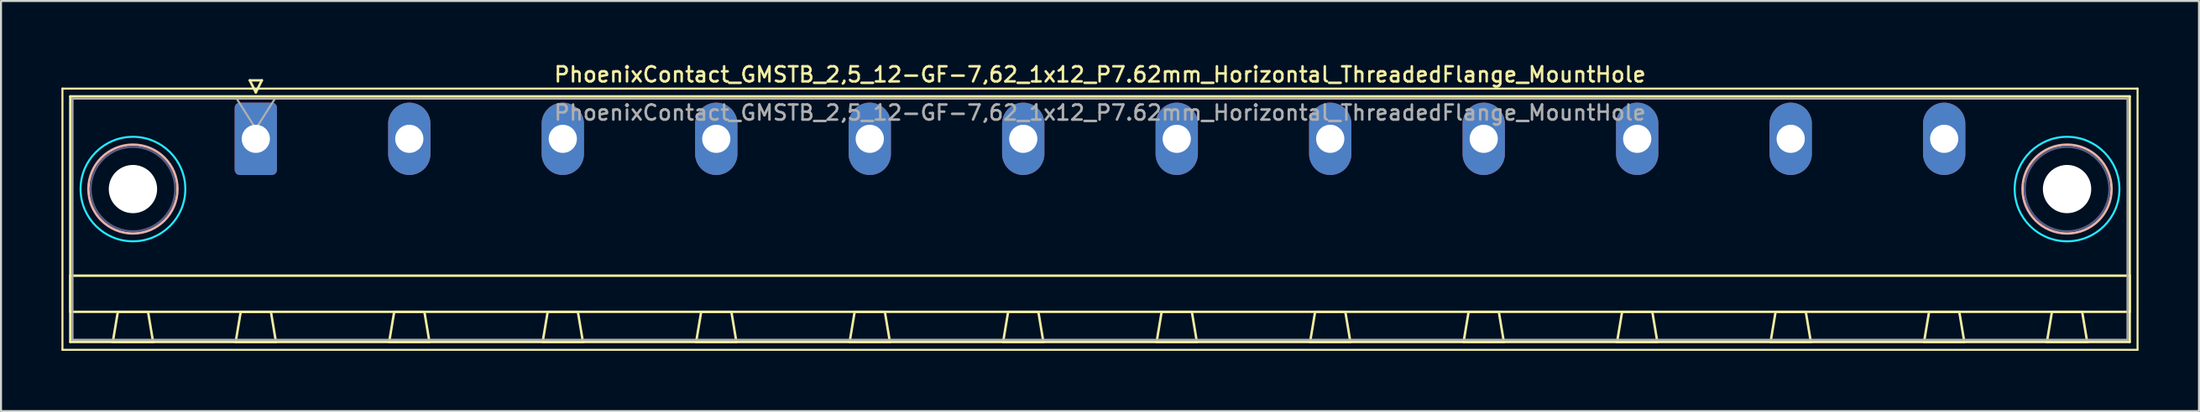
<source format=kicad_pcb>
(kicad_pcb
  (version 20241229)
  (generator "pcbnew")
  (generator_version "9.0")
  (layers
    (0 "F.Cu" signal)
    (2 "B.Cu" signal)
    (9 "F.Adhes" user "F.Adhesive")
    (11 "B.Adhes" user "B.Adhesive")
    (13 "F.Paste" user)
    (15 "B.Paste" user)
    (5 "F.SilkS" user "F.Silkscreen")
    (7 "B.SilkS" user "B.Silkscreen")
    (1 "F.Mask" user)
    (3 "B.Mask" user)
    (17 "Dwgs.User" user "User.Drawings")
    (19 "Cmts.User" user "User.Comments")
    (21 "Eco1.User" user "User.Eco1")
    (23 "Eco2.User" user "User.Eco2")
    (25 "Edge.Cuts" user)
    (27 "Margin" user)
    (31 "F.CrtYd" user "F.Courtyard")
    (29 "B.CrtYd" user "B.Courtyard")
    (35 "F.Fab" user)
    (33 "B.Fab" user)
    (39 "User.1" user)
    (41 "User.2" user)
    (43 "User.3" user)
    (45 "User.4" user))
  (footprint "PhoenixContact_GMSTB_2,5_12-GF-7,62_1x12_P7.62mm_Horizontal_ThreadedFlange_MountHole"
    (layer "F.Cu")
    (at 9.65 3.858)
    (property "Reference" "PhoenixContact_GMSTB_2,5_12-GF-7,62_1x12_P7.62mm_Horizontal_ThreadedFlange_MountHole" (at 41.91 -3.2 0) (layer "F.SilkS") (effects (font (size 0.75 0.75) (thickness 0.125))))
    (attr through_hole)
    (fp_line (start -9.6 -2.5) (end -9.6 10.5) (stroke (width 0.1) (type solid)) (layer "F.SilkS"))
    (fp_line (start -9.6 10.5) (end 93.42 10.5) (stroke (width 0.1) (type solid)) (layer "F.SilkS"))
    (fp_line (start -9.21 -2.11) (end -9.21 10.11) (stroke (width 0.12) (type solid)) (layer "F.SilkS"))
    (fp_line (start -9.21 6.81) (end 93.03 6.81) (stroke (width 0.12) (type solid)) (layer "F.SilkS"))
    (fp_line (start -9.21 8.61) (end -9.21 6.81) (stroke (width 0.12) (type solid)) (layer "F.SilkS"))
    (fp_line (start -9.21 10.11) (end 93.03 10.11) (stroke (width 0.12) (type solid)) (layer "F.SilkS"))
    (fp_line (start -7.1 10.11) (end -5.1 10.11) (stroke (width 0.12) (type solid)) (layer "F.SilkS"))
    (fp_line (start -6.85 8.61) (end -7.1 10.11) (stroke (width 0.12) (type solid)) (layer "F.SilkS"))
    (fp_line (start -5.35 8.61) (end -6.85 8.61) (stroke (width 0.12) (type solid)) (layer "F.SilkS"))
    (fp_line (start -5.1 10.11) (end -5.35 8.61) (stroke (width 0.12) (type solid)) (layer "F.SilkS"))
    (fp_line (start -1 10.11) (end 1 10.11) (stroke (width 0.12) (type solid)) (layer "F.SilkS"))
    (fp_line (start -0.75 8.61) (end -1 10.11) (stroke (width 0.12) (type solid)) (layer "F.SilkS"))
    (fp_line (start -0.3 -2.91) (end 0.3 -2.91) (stroke (width 0.12) (type solid)) (layer "F.SilkS"))
    (fp_line (start 0 -2.31) (end -0.3 -2.91) (stroke (width 0.12) (type solid)) (layer "F.SilkS"))
    (fp_line (start 0.3 -2.91) (end 0 -2.31) (stroke (width 0.12) (type solid)) (layer "F.SilkS"))
    (fp_line (start 0.75 8.61) (end -0.75 8.61) (stroke (width 0.12) (type solid)) (layer "F.SilkS"))
    (fp_line (start 1 10.11) (end 0.75 8.61) (stroke (width 0.12) (type solid)) (layer "F.SilkS"))
    (fp_line (start 6.62 10.11) (end 8.62 10.11) (stroke (width 0.12) (type solid)) (layer "F.SilkS"))
    (fp_line (start 6.87 8.61) (end 6.62 10.11) (stroke (width 0.12) (type solid)) (layer "F.SilkS"))
    (fp_line (start 8.37 8.61) (end 6.87 8.61) (stroke (width 0.12) (type solid)) (layer "F.SilkS"))
    (fp_line (start 8.62 10.11) (end 8.37 8.61) (stroke (width 0.12) (type solid)) (layer "F.SilkS"))
    (fp_line (start 14.24 10.11) (end 16.24 10.11) (stroke (width 0.12) (type solid)) (layer "F.SilkS"))
    (fp_line (start 14.49 8.61) (end 14.24 10.11) (stroke (width 0.12) (type solid)) (layer "F.SilkS"))
    (fp_line (start 15.99 8.61) (end 14.49 8.61) (stroke (width 0.12) (type solid)) (layer "F.SilkS"))
    (fp_line (start 16.24 10.11) (end 15.99 8.61) (stroke (width 0.12) (type solid)) (layer "F.SilkS"))
    (fp_line (start 21.86 10.11) (end 23.86 10.11) (stroke (width 0.12) (type solid)) (layer "F.SilkS"))
    (fp_line (start 22.11 8.61) (end 21.86 10.11) (stroke (width 0.12) (type solid)) (layer "F.SilkS"))
    (fp_line (start 23.61 8.61) (end 22.11 8.61) (stroke (width 0.12) (type solid)) (layer "F.SilkS"))
    (fp_line (start 23.86 10.11) (end 23.61 8.61) (stroke (width 0.12) (type solid)) (layer "F.SilkS"))
    (fp_line (start 29.48 10.11) (end 31.48 10.11) (stroke (width 0.12) (type solid)) (layer "F.SilkS"))
    (fp_line (start 29.73 8.61) (end 29.48 10.11) (stroke (width 0.12) (type solid)) (layer "F.SilkS"))
    (fp_line (start 31.23 8.61) (end 29.73 8.61) (stroke (width 0.12) (type solid)) (layer "F.SilkS"))
    (fp_line (start 31.48 10.11) (end 31.23 8.61) (stroke (width 0.12) (type solid)) (layer "F.SilkS"))
    (fp_line (start 37.1 10.11) (end 39.1 10.11) (stroke (width 0.12) (type solid)) (layer "F.SilkS"))
    (fp_line (start 37.35 8.61) (end 37.1 10.11) (stroke (width 0.12) (type solid)) (layer "F.SilkS"))
    (fp_line (start 38.85 8.61) (end 37.35 8.61) (stroke (width 0.12) (type solid)) (layer "F.SilkS"))
    (fp_line (start 39.1 10.11) (end 38.85 8.61) (stroke (width 0.12) (type solid)) (layer "F.SilkS"))
    (fp_line (start 44.72 10.11) (end 46.72 10.11) (stroke (width 0.12) (type solid)) (layer "F.SilkS"))
    (fp_line (start 44.97 8.61) (end 44.72 10.11) (stroke (width 0.12) (type solid)) (layer "F.SilkS"))
    (fp_line (start 46.47 8.61) (end 44.97 8.61) (stroke (width 0.12) (type solid)) (layer "F.SilkS"))
    (fp_line (start 46.72 10.11) (end 46.47 8.61) (stroke (width 0.12) (type solid)) (layer "F.SilkS"))
    (fp_line (start 52.34 10.11) (end 54.34 10.11) (stroke (width 0.12) (type solid)) (layer "F.SilkS"))
    (fp_line (start 52.59 8.61) (end 52.34 10.11) (stroke (width 0.12) (type solid)) (layer "F.SilkS"))
    (fp_line (start 54.09 8.61) (end 52.59 8.61) (stroke (width 0.12) (type solid)) (layer "F.SilkS"))
    (fp_line (start 54.34 10.11) (end 54.09 8.61) (stroke (width 0.12) (type solid)) (layer "F.SilkS"))
    (fp_line (start 59.96 10.11) (end 61.96 10.11) (stroke (width 0.12) (type solid)) (layer "F.SilkS"))
    (fp_line (start 60.21 8.61) (end 59.96 10.11) (stroke (width 0.12) (type solid)) (layer "F.SilkS"))
    (fp_line (start 61.71 8.61) (end 60.21 8.61) (stroke (width 0.12) (type solid)) (layer "F.SilkS"))
    (fp_line (start 61.96 10.11) (end 61.71 8.61) (stroke (width 0.12) (type solid)) (layer "F.SilkS"))
    (fp_line (start 67.58 10.11) (end 69.58 10.11) (stroke (width 0.12) (type solid)) (layer "F.SilkS"))
    (fp_line (start 67.83 8.61) (end 67.58 10.11) (stroke (width 0.12) (type solid)) (layer "F.SilkS"))
    (fp_line (start 69.33 8.61) (end 67.83 8.61) (stroke (width 0.12) (type solid)) (layer "F.SilkS"))
    (fp_line (start 69.58 10.11) (end 69.33 8.61) (stroke (width 0.12) (type solid)) (layer "F.SilkS"))
    (fp_line (start 75.2 10.11) (end 77.2 10.11) (stroke (width 0.12) (type solid)) (layer "F.SilkS"))
    (fp_line (start 75.45 8.61) (end 75.2 10.11) (stroke (width 0.12) (type solid)) (layer "F.SilkS"))
    (fp_line (start 76.95 8.61) (end 75.45 8.61) (stroke (width 0.12) (type solid)) (layer "F.SilkS"))
    (fp_line (start 77.2 10.11) (end 76.95 8.61) (stroke (width 0.12) (type solid)) (layer "F.SilkS"))
    (fp_line (start 82.82 10.11) (end 84.82 10.11) (stroke (width 0.12) (type solid)) (layer "F.SilkS"))
    (fp_line (start 83.07 8.61) (end 82.82 10.11) (stroke (width 0.12) (type solid)) (layer "F.SilkS"))
    (fp_line (start 84.57 8.61) (end 83.07 8.61) (stroke (width 0.12) (type solid)) (layer "F.SilkS"))
    (fp_line (start 84.82 10.11) (end 84.57 8.61) (stroke (width 0.12) (type solid)) (layer "F.SilkS"))
    (fp_line (start 88.92 10.11) (end 90.92 10.11) (stroke (width 0.12) (type solid)) (layer "F.SilkS"))
    (fp_line (start 89.17 8.61) (end 88.92 10.11) (stroke (width 0.12) (type solid)) (layer "F.SilkS"))
    (fp_line (start 90.67 8.61) (end 89.17 8.61) (stroke (width 0.12) (type solid)) (layer "F.SilkS"))
    (fp_line (start 90.92 10.11) (end 90.67 8.61) (stroke (width 0.12) (type solid)) (layer "F.SilkS"))
    (fp_line (start 93.03 -2.11) (end -9.21 -2.11) (stroke (width 0.12) (type solid)) (layer "F.SilkS"))
    (fp_line (start 93.03 6.81) (end 93.03 8.61) (stroke (width 0.12) (type solid)) (layer "F.SilkS"))
    (fp_line (start 93.03 8.61) (end -9.21 8.61) (stroke (width 0.12) (type solid)) (layer "F.SilkS"))
    (fp_line (start 93.03 10.11) (end 93.03 -2.11) (stroke (width 0.12) (type solid)) (layer "F.SilkS"))
    (fp_line (start 93.42 -2.5) (end -9.6 -2.5) (stroke (width 0.1) (type solid)) (layer "F.SilkS"))
    (fp_line (start 93.42 10.5) (end 93.42 -2.5) (stroke (width 0.1) (type solid)) (layer "F.SilkS"))
    (fp_circle (center -6.1 2.5) (end -3.89 2.5) (stroke (width 0.12) (type solid)) (fill no) (layer "B.SilkS"))
    (fp_circle (center 89.92 2.5) (end 92.13 2.5) (stroke (width 0.12) (type solid)) (fill no) (layer "B.SilkS"))
    (fp_circle (center -6.1 2.5) (end -3.5 2.5) (stroke (width 0.1) (type solid)) (fill no) (layer "B.CrtYd"))
    (fp_circle (center 89.92 2.5) (end 92.52 2.5) (stroke (width 0.1) (type solid)) (fill no) (layer "B.CrtYd"))
    (fp_circle (center -6.1 2.5) (end -4 2.5) (stroke (width 0.1) (type solid)) (fill no) (layer "B.Fab"))
    (fp_circle (center 89.92 2.5) (end 92.02 2.5) (stroke (width 0.1) (type solid)) (fill no) (layer "B.Fab"))
    (fp_line (start -9.1 -2) (end -9.1 10) (stroke (width 0.1) (type solid)) (layer "F.Fab"))
    (fp_line (start -9.1 10) (end 92.92 10) (stroke (width 0.1) (type solid)) (layer "F.Fab"))
    (fp_line (start 0 -0.5) (end -0.95 -2) (stroke (width 0.1) (type solid)) (layer "F.Fab"))
    (fp_line (start 0.95 -2) (end 0 -0.5) (stroke (width 0.1) (type solid)) (layer "F.Fab"))
    (fp_line (start 92.92 -2) (end -9.1 -2) (stroke (width 0.1) (type solid)) (layer "F.Fab"))
    (fp_line (start 92.92 10) (end 92.92 -2) (stroke (width 0.1) (type solid)) (layer "F.Fab"))
    (fp_text user "${REFERENCE}" (at 41.91 -1.3 0) (layer "F.Fab") (effects (font (size 0.75 0.75) (thickness 0.125))))
    (pad "" np_thru_hole circle (at -6.1 2.5) (size 2.4 2.4) (drill 2.4) (layers "*.Cu" "*.Mask"))
    (pad "" np_thru_hole circle (at 89.92 2.5) (size 2.4 2.4) (drill 2.4) (layers "*.Cu" "*.Mask"))
    (pad "1" thru_hole roundrect (at 0 0) (size 2.1 3.6) (drill 1.4) (layers "*.Cu" "*.Mask") (roundrect_rratio 0.119))
    (pad "2" thru_hole oval (at 7.62 0) (size 2.1 3.6) (drill 1.4) (layers "*.Cu" "*.Mask"))
    (pad "3" thru_hole oval (at 15.24 0) (size 2.1 3.6) (drill 1.4) (layers "*.Cu" "*.Mask"))
    (pad "4" thru_hole oval (at 22.86 0) (size 2.1 3.6) (drill 1.4) (layers "*.Cu" "*.Mask"))
    (pad "5" thru_hole oval (at 30.48 0) (size 2.1 3.6) (drill 1.4) (layers "*.Cu" "*.Mask"))
    (pad "6" thru_hole oval (at 38.1 0) (size 2.1 3.6) (drill 1.4) (layers "*.Cu" "*.Mask"))
    (pad "7" thru_hole oval (at 45.72 0) (size 2.1 3.6) (drill 1.4) (layers "*.Cu" "*.Mask"))
    (pad "8" thru_hole oval (at 53.34 0) (size 2.1 3.6) (drill 1.4) (layers "*.Cu" "*.Mask"))
    (pad "9" thru_hole oval (at 60.96 0) (size 2.1 3.6) (drill 1.4) (layers "*.Cu" "*.Mask"))
    (pad "10" thru_hole oval (at 68.58 0) (size 2.1 3.6) (drill 1.4) (layers "*.Cu" "*.Mask"))
    (pad "11" thru_hole oval (at 76.2 0) (size 2.1 3.6) (drill 1.4) (layers "*.Cu" "*.Mask"))
    (pad "12" thru_hole oval (at 83.82 0) (size 2.1 3.6) (drill 1.4) (layers "*.Cu" "*.Mask")))
  (gr_rect
    (start -3 -3)
    (end 106.12 17.408)
    (stroke (width 0.1) (type default))
    (fill no)
    (layer "Edge.Cuts")))
</source>
